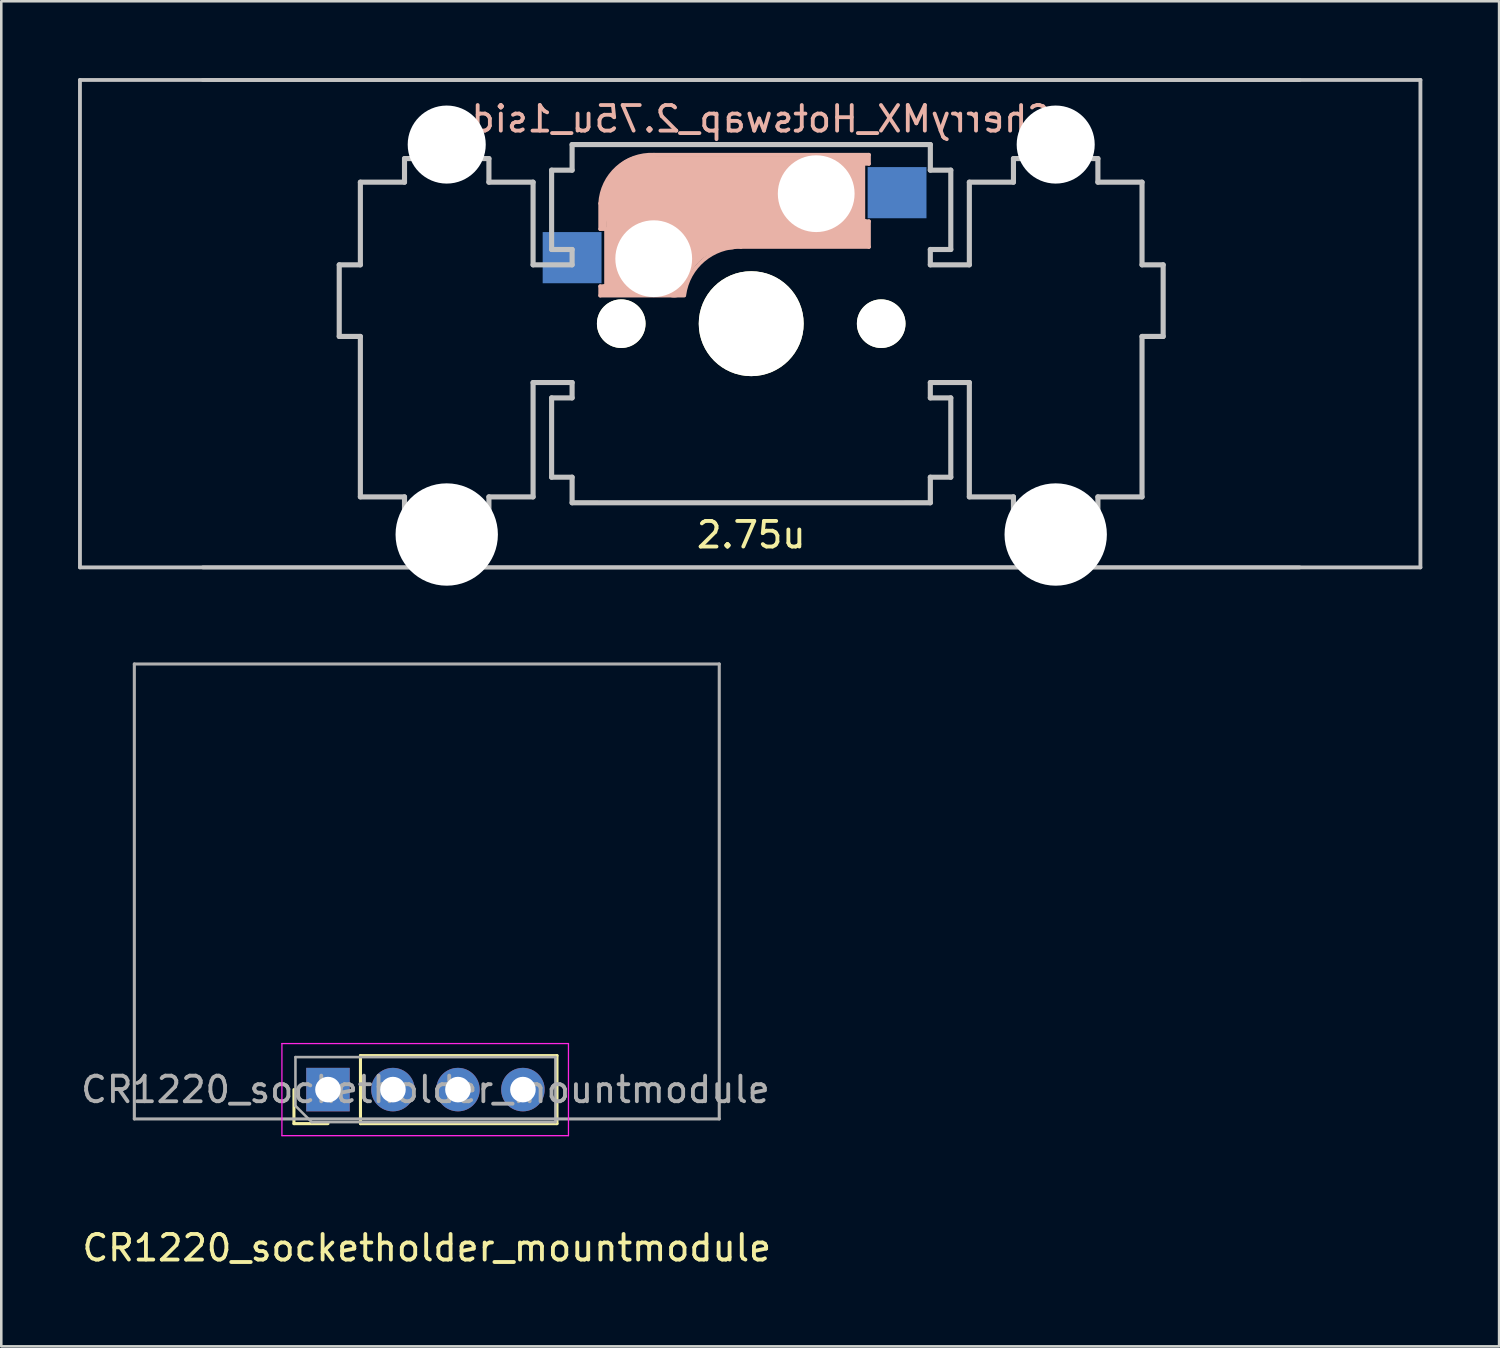
<source format=kicad_pcb>
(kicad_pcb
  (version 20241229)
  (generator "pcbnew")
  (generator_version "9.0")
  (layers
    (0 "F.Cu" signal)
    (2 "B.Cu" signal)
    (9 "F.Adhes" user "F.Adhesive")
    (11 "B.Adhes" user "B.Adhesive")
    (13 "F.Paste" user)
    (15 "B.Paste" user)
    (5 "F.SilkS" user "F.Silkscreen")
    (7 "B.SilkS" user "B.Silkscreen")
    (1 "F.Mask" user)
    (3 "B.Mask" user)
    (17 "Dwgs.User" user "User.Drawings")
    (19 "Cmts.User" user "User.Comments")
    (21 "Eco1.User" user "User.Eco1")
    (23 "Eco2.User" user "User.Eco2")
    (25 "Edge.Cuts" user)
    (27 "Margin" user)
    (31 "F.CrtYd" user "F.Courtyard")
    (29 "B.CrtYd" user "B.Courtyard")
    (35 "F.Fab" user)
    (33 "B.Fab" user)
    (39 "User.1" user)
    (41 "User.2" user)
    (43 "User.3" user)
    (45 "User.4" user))
  (footprint "CherryMX_Hotswap_2.75u_1side"
    (layer "F.Cu")
    (at 26.309 9.6)
    (property "Reference" "CherryMX_Hotswap_2.75u_1side" (at 0 -8 0) (layer "B.SilkS") (effects (font (size 1 1) (thickness 0.15)) (justify mirror)))
    (attr through_hole)
    (fp_line (start -7 -7) (end -6 -7) (stroke (width 0.15) (type solid)) (layer "F.SilkS"))
    (fp_line (start -7 -6) (end -7 -7) (stroke (width 0.15) (type solid)) (layer "F.SilkS"))
    (fp_line (start -7 6) (end -7 7) (stroke (width 0.15) (type solid)) (layer "F.SilkS"))
    (fp_line (start -7 7) (end -6 7) (stroke (width 0.15) (type solid)) (layer "F.SilkS"))
    (fp_line (start 6 7) (end 7 7) (stroke (width 0.15) (type solid)) (layer "F.SilkS"))
    (fp_line (start 7 -7) (end 6 -7) (stroke (width 0.15) (type solid)) (layer "F.SilkS"))
    (fp_line (start 7 -7) (end 7 -6) (stroke (width 0.15) (type solid)) (layer "F.SilkS"))
    (fp_line (start 7 7) (end 7 6) (stroke (width 0.15) (type solid)) (layer "F.SilkS"))
    (fp_line (start -5.9 -4.7) (end -5.9 -3.7) (stroke (width 0.15) (type solid)) (layer "B.SilkS"))
    (fp_line (start -5.9 -3.7) (end -5.7 -3.7) (stroke (width 0.15) (type solid)) (layer "B.SilkS"))
    (fp_line (start -5.9 -1.1) (end -5.9 -1.46) (stroke (width 0.15) (type solid)) (layer "B.SilkS"))
    (fp_line (start -5.9 -1.1) (end -2.62 -1.1) (stroke (width 0.15) (type solid)) (layer "B.SilkS"))
    (fp_line (start -5.8 -3.8) (end -5.8 -4.7) (stroke (width 0.3) (type solid)) (layer "B.SilkS"))
    (fp_line (start -5.7 -1.46) (end -5.9 -1.46) (stroke (width 0.15) (type solid)) (layer "B.SilkS"))
    (fp_line (start -5.7 -1.3) (end -3 -1.3) (stroke (width 0.5) (type solid)) (layer "B.SilkS"))
    (fp_line (start -5.67 -3.7) (end -5.67 -1.46) (stroke (width 0.15) (type solid)) (layer "B.SilkS"))
    (fp_line (start -5.3 -1.6) (end -5.3 -3.4) (stroke (width 0.8) (type solid)) (layer "B.SilkS"))
    (fp_line (start -4.17 -5.1) (end -4.17 -2.86) (stroke (width 3) (type solid)) (layer "B.SilkS"))
    (fp_line (start -0.4 -3) (end 4.6 -3) (stroke (width 0.15) (type solid)) (layer "B.SilkS"))
    (fp_line (start 2.6 -4.8) (end -4.1 -4.8) (stroke (width 3.5) (type solid)) (layer "B.SilkS"))
    (fp_line (start 3.9 -6) (end 3.9 -3.5) (stroke (width 1) (type solid)) (layer "B.SilkS"))
    (fp_line (start 4.3 -3.3) (end 2.9 -3.3) (stroke (width 0.5) (type solid)) (layer "B.SilkS"))
    (fp_line (start 4.38 -4) (end 4.38 -6.25) (stroke (width 0.15) (type solid)) (layer "B.SilkS"))
    (fp_line (start 4.4 -6.4) (end 3 -6.4) (stroke (width 0.4) (type solid)) (layer "B.SilkS"))
    (fp_line (start 4.4 -6.25) (end 4.6 -6.25) (stroke (width 0.15) (type solid)) (layer "B.SilkS"))
    (fp_line (start 4.4 -3.9) (end 4.4 -3.2) (stroke (width 0.4) (type solid)) (layer "B.SilkS"))
    (fp_line (start 4.6 -6.6) (end -3.8 -6.6) (stroke (width 0.15) (type solid)) (layer "B.SilkS"))
    (fp_line (start 4.6 -6.25) (end 4.6 -6.6) (stroke (width 0.15) (type solid)) (layer "B.SilkS"))
    (fp_line (start 4.6 -4) (end 4.4 -4) (stroke (width 0.15) (type solid)) (layer "B.SilkS"))
    (fp_line (start 4.6 -3) (end 4.6 -4) (stroke (width 0.15) (type solid)) (layer "B.SilkS"))
    (fp_arc (start -5.9 -4.699999) (mid -5.243504 -6.084924) (end -3.800001 -6.6) (stroke (width 0.15) (type solid)) (layer "B.SilkS"))
    (fp_arc (start -3.016318 -1.521471) (mid -2.268709 -2.886118) (end -0.8 -3.4) (stroke (width 1) (type solid)) (layer "B.SilkS"))
    (fp_arc (start -2.616318 -1.121471) (mid -1.868709 -2.486118) (end -0.4 -3) (stroke (width 0.15) (type solid)) (layer "B.SilkS"))
    (fp_line (start -26.234 -9.525) (end 26.154 -9.525) (stroke (width 0.15) (type solid)) (layer "Dwgs.User"))
    (fp_line (start -26.234 9.525) (end -26.234 -9.525) (stroke (width 0.15) (type solid)) (layer "Dwgs.User"))
    (fp_line (start -21.431 -9.525) (end 21.431 -9.525) (stroke (width 0.15) (type solid)) (layer "Dwgs.User"))
    (fp_line (start -16.101 -2.3) (end -16.101 0.499) (stroke (width 0.2) (type solid)) (layer "Dwgs.User"))
    (fp_line (start -16.101 0.499) (end -15.275 0.499) (stroke (width 0.2) (type solid)) (layer "Dwgs.User"))
    (fp_line (start -15.275 -5.53) (end -15.275 -2.3) (stroke (width 0.2) (type solid)) (layer "Dwgs.User"))
    (fp_line (start -15.275 -2.3) (end -16.101 -2.3) (stroke (width 0.2) (type solid)) (layer "Dwgs.User"))
    (fp_line (start -15.275 0.499) (end -15.275 6.769) (stroke (width 0.2) (type solid)) (layer "Dwgs.User"))
    (fp_line (start -15.275 6.769) (end -13.55 6.769) (stroke (width 0.2) (type solid)) (layer "Dwgs.User"))
    (fp_line (start -13.55 -6.452) (end -13.55 -5.53) (stroke (width 0.2) (type solid)) (layer "Dwgs.User"))
    (fp_line (start -13.55 -5.53) (end -15.275 -5.53) (stroke (width 0.2) (type solid)) (layer "Dwgs.User"))
    (fp_line (start -13.55 6.769) (end -13.55 7.75) (stroke (width 0.2) (type solid)) (layer "Dwgs.User"))
    (fp_line (start -13.55 7.75) (end -10.251 7.75) (stroke (width 0.2) (type solid)) (layer "Dwgs.User"))
    (fp_line (start -10.251 -6.452) (end -13.55 -6.452) (stroke (width 0.2) (type solid)) (layer "Dwgs.User"))
    (fp_line (start -10.251 -5.53) (end -10.251 -6.452) (stroke (width 0.2) (type solid)) (layer "Dwgs.User"))
    (fp_line (start -10.251 6.769) (end -8.525 6.769) (stroke (width 0.2) (type solid)) (layer "Dwgs.User"))
    (fp_line (start -10.251 7.75) (end -10.251 6.769) (stroke (width 0.2) (type solid)) (layer "Dwgs.User"))
    (fp_line (start -8.525 -5.53) (end -10.251 -5.53) (stroke (width 0.2) (type solid)) (layer "Dwgs.User"))
    (fp_line (start -8.525 -2.3) (end -8.525 -5.53) (stroke (width 0.2) (type solid)) (layer "Dwgs.User"))
    (fp_line (start -8.525 2.3) (end -7 2.3) (stroke (width 0.2) (type solid)) (layer "Dwgs.User"))
    (fp_line (start -8.525 6.769) (end -8.525 2.3) (stroke (width 0.2) (type solid)) (layer "Dwgs.User"))
    (fp_line (start -7.801 -6) (end -7.801 -2.9) (stroke (width 0.2) (type solid)) (layer "Dwgs.User"))
    (fp_line (start -7.801 -2.9) (end -7 -2.9) (stroke (width 0.2) (type solid)) (layer "Dwgs.User"))
    (fp_line (start -7.801 2.9) (end -7.801 6) (stroke (width 0.2) (type solid)) (layer "Dwgs.User"))
    (fp_line (start -7.801 6) (end -7 6) (stroke (width 0.2) (type solid)) (layer "Dwgs.User"))
    (fp_line (start -7 -7) (end -7 -6) (stroke (width 0.2) (type solid)) (layer "Dwgs.User"))
    (fp_line (start -7 -6) (end -7.801 -6) (stroke (width 0.2) (type solid)) (layer "Dwgs.User"))
    (fp_line (start -7 -2.9) (end -7 -2.3) (stroke (width 0.2) (type solid)) (layer "Dwgs.User"))
    (fp_line (start -7 -2.3) (end -8.525 -2.3) (stroke (width 0.2) (type solid)) (layer "Dwgs.User"))
    (fp_line (start -7 2.3) (end -7 2.9) (stroke (width 0.2) (type solid)) (layer "Dwgs.User"))
    (fp_line (start -7 2.9) (end -7.801 2.9) (stroke (width 0.2) (type solid)) (layer "Dwgs.User"))
    (fp_line (start -7 6) (end -7 6.999) (stroke (width 0.2) (type solid)) (layer "Dwgs.User"))
    (fp_line (start -7 6.999) (end 7 6.999) (stroke (width 0.2) (type solid)) (layer "Dwgs.User"))
    (fp_line (start 7 -7) (end -7 -7) (stroke (width 0.2) (type solid)) (layer "Dwgs.User"))
    (fp_line (start 7 -6) (end 7 -7) (stroke (width 0.2) (type solid)) (layer "Dwgs.User"))
    (fp_line (start 7 -2.9) (end 7.8 -2.9) (stroke (width 0.2) (type solid)) (layer "Dwgs.User"))
    (fp_line (start 7 -2.3) (end 7 -2.9) (stroke (width 0.2) (type solid)) (layer "Dwgs.User"))
    (fp_line (start 7 2.3) (end 8.525 2.3) (stroke (width 0.2) (type solid)) (layer "Dwgs.User"))
    (fp_line (start 7 2.9) (end 7 2.3) (stroke (width 0.2) (type solid)) (layer "Dwgs.User"))
    (fp_line (start 7 6) (end 7.8 6) (stroke (width 0.2) (type solid)) (layer "Dwgs.User"))
    (fp_line (start 7 6.999) (end 7 6) (stroke (width 0.2) (type solid)) (layer "Dwgs.User"))
    (fp_line (start 7.8 -6) (end 7 -6) (stroke (width 0.2) (type solid)) (layer "Dwgs.User"))
    (fp_line (start 7.8 -2.9) (end 7.8 -6) (stroke (width 0.2) (type solid)) (layer "Dwgs.User"))
    (fp_line (start 7.8 2.9) (end 7 2.9) (stroke (width 0.2) (type solid)) (layer "Dwgs.User"))
    (fp_line (start 7.8 6) (end 7.8 2.9) (stroke (width 0.2) (type solid)) (layer "Dwgs.User"))
    (fp_line (start 8.525 -5.53) (end 8.525 -2.3) (stroke (width 0.2) (type solid)) (layer "Dwgs.User"))
    (fp_line (start 8.525 -2.3) (end 7 -2.3) (stroke (width 0.2) (type solid)) (layer "Dwgs.User"))
    (fp_line (start 8.525 2.3) (end 8.525 6.769) (stroke (width 0.2) (type solid)) (layer "Dwgs.User"))
    (fp_line (start 8.525 6.769) (end 10.249 6.769) (stroke (width 0.2) (type solid)) (layer "Dwgs.User"))
    (fp_line (start 10.249 -6.452) (end 10.249 -5.53) (stroke (width 0.2) (type solid)) (layer "Dwgs.User"))
    (fp_line (start 10.249 -5.53) (end 8.525 -5.53) (stroke (width 0.2) (type solid)) (layer "Dwgs.User"))
    (fp_line (start 10.249 6.769) (end 10.249 7.75) (stroke (width 0.2) (type solid)) (layer "Dwgs.User"))
    (fp_line (start 10.249 7.75) (end 13.549 7.75) (stroke (width 0.2) (type solid)) (layer "Dwgs.User"))
    (fp_line (start 13.549 -6.452) (end 10.249 -6.452) (stroke (width 0.2) (type solid)) (layer "Dwgs.User"))
    (fp_line (start 13.549 -5.53) (end 13.549 -6.452) (stroke (width 0.2) (type solid)) (layer "Dwgs.User"))
    (fp_line (start 13.549 6.769) (end 15.274 6.769) (stroke (width 0.2) (type solid)) (layer "Dwgs.User"))
    (fp_line (start 13.549 7.75) (end 13.549 6.769) (stroke (width 0.2) (type solid)) (layer "Dwgs.User"))
    (fp_line (start 15.274 -5.53) (end 13.549 -5.53) (stroke (width 0.2) (type solid)) (layer "Dwgs.User"))
    (fp_line (start 15.274 -2.3) (end 15.274 -5.53) (stroke (width 0.2) (type solid)) (layer "Dwgs.User"))
    (fp_line (start 15.274 0.499) (end 16.1 0.499) (stroke (width 0.2) (type solid)) (layer "Dwgs.User"))
    (fp_line (start 15.274 6.769) (end 15.274 0.499) (stroke (width 0.2) (type solid)) (layer "Dwgs.User"))
    (fp_line (start 16.1 -2.3) (end 15.274 -2.3) (stroke (width 0.2) (type solid)) (layer "Dwgs.User"))
    (fp_line (start 16.1 0.499) (end 16.1 -2.3) (stroke (width 0.2) (type solid)) (layer "Dwgs.User"))
    (fp_line (start 21.431 9.525) (end -21.431 9.525) (stroke (width 0.15) (type solid)) (layer "Dwgs.User"))
    (fp_line (start 26.154 -9.525) (end 26.154 9.525) (stroke (width 0.15) (type solid)) (layer "Dwgs.User"))
    (fp_line (start 26.154 9.525) (end -26.234 9.525) (stroke (width 0.15) (type solid)) (layer "Dwgs.User"))
    (fp_text user "2.75u" (at 0 8.255 0) (layer "F.SilkS") (effects (font (size 1 1) (thickness 0.15))))
    (pad "" np_thru_hole circle (at -11.9 -7) (size 3.05 3.05) (drill 3.05) (layers "*.Cu" "*.Mask"))
    (pad "" np_thru_hole circle (at -11.9 8.24) (size 4 4) (drill 4) (layers "*.Cu" "*.Mask"))
    (pad "" np_thru_hole circle (at -5.08 0) (size 1.9 1.9) (drill 1.9) (layers "*.Cu" "*.Mask" "F.SilkS"))
    (pad "" np_thru_hole circle (at -3.81 -2.54 180) (size 3 3) (drill 3) (layers "*.Cu" "*.Mask"))
    (pad "" np_thru_hole circle (at 0 0 90) (size 4.1 4.1) (drill 4.1) (layers "*.Cu" "*.Mask" "F.SilkS"))
    (pad "" np_thru_hole circle (at 2.54 -5.08 180) (size 3 3) (drill 3) (layers "*.Cu" "*.Mask"))
    (pad "" np_thru_hole circle (at 5.08 0) (size 1.9 1.9) (drill 1.9) (layers "*.Cu" "*.Mask" "F.SilkS"))
    (pad "" np_thru_hole circle (at 11.9 -7) (size 3.05 3.05) (drill 3.05) (layers "*.Cu" "*.Mask"))
    (pad "" np_thru_hole circle (at 11.9 8.24) (size 4 4) (drill 4) (layers "*.Cu" "*.Mask"))
    (pad "1" smd rect (at -7 -2.58 180) (size 2.3 2) (layers "B.Cu" "B.Mask" "B.Paste"))
    (pad "2" smd rect (at 5.7 -5.12 180) (size 2.3 2) (layers "B.Cu" "B.Mask" "B.Paste")))
  (footprint "CR1220_socketholder_mountmodule"
    (layer "F.Cu")
    (at 13.63 31.79)
    (property "Reference" "CR1220_socketholder_mountmodule" (at 0 13.931 0) (layer "F.SilkS") (effects (font (size 1 1) (thickness 0.15))))
    (attr through_hole)
    (fp_line (start -5.192 9.074) (end -5.192 7.744) (stroke (width 0.12) (type solid)) (layer "F.SilkS"))
    (fp_line (start -3.862 9.074) (end -5.192 9.074) (stroke (width 0.12) (type solid)) (layer "F.SilkS"))
    (fp_line (start -2.592 6.414) (end 5.088 6.414) (stroke (width 0.12) (type solid)) (layer "F.SilkS"))
    (fp_line (start -2.592 9.074) (end -2.592 6.414) (stroke (width 0.12) (type solid)) (layer "F.SilkS"))
    (fp_line (start -2.592 9.074) (end 5.088 9.074) (stroke (width 0.12) (type solid)) (layer "F.SilkS"))
    (fp_line (start 5.088 9.074) (end 5.088 6.414) (stroke (width 0.12) (type solid)) (layer "F.SilkS"))
    (fp_line (start -5.662 5.944) (end -5.662 9.544) (stroke (width 0.05) (type solid)) (layer "F.CrtYd"))
    (fp_line (start -5.662 9.544) (end 5.537 9.544) (stroke (width 0.05) (type solid)) (layer "F.CrtYd"))
    (fp_line (start 5.537 5.944) (end -5.662 5.944) (stroke (width 0.05) (type solid)) (layer "F.CrtYd"))
    (fp_line (start 5.537 9.544) (end 5.537 5.944) (stroke (width 0.05) (type solid)) (layer "F.CrtYd"))
    (fp_line (start -11.43 -8.89) (end 11.43 -8.89) (stroke (width 0.12) (type solid)) (layer "F.Fab"))
    (fp_line (start -11.43 8.89) (end -11.43 -8.89) (stroke (width 0.12) (type solid)) (layer "F.Fab"))
    (fp_line (start -5.133 6.474) (end 5.027 6.474) (stroke (width 0.1) (type solid)) (layer "F.Fab"))
    (fp_line (start -5.133 8.379) (end -5.133 6.474) (stroke (width 0.1) (type solid)) (layer "F.Fab"))
    (fp_line (start -4.497 9.014) (end -5.133 8.379) (stroke (width 0.1) (type solid)) (layer "F.Fab"))
    (fp_line (start 5.027 6.474) (end 5.027 9.014) (stroke (width 0.1) (type solid)) (layer "F.Fab"))
    (fp_line (start 5.027 9.014) (end -4.497 9.014) (stroke (width 0.1) (type solid)) (layer "F.Fab"))
    (fp_line (start 11.43 -8.89) (end 11.43 8.89) (stroke (width 0.12) (type solid)) (layer "F.Fab"))
    (fp_line (start 11.43 8.89) (end -11.43 8.89) (stroke (width 0.12) (type solid)) (layer "F.Fab"))
    (fp_text user "${REFERENCE}" (at -0.052 7.744 180) (layer "F.Fab") (effects (font (size 1 1) (thickness 0.15))))
    (pad "1" thru_hole rect (at -3.862 7.744 90) (size 1.7 1.7) (drill 1) (layers "*.Cu" "*.Mask"))
    (pad "2" thru_hole oval (at -1.323 7.744 90) (size 1.7 1.7) (drill 1) (layers "*.Cu" "*.Mask"))
    (pad "3" thru_hole oval (at 1.218 7.744 90) (size 1.7 1.7) (drill 1) (layers "*.Cu" "*.Mask"))
    (pad "4" thru_hole oval (at 3.757 7.744 90) (size 1.7 1.7) (drill 1) (layers "*.Cu" "*.Mask")))
  (gr_rect
    (start -3 -3)
    (end 55.538 49.569)
    (stroke (width 0.1) (type default))
    (fill no)
    (layer "Edge.Cuts")))
</source>
